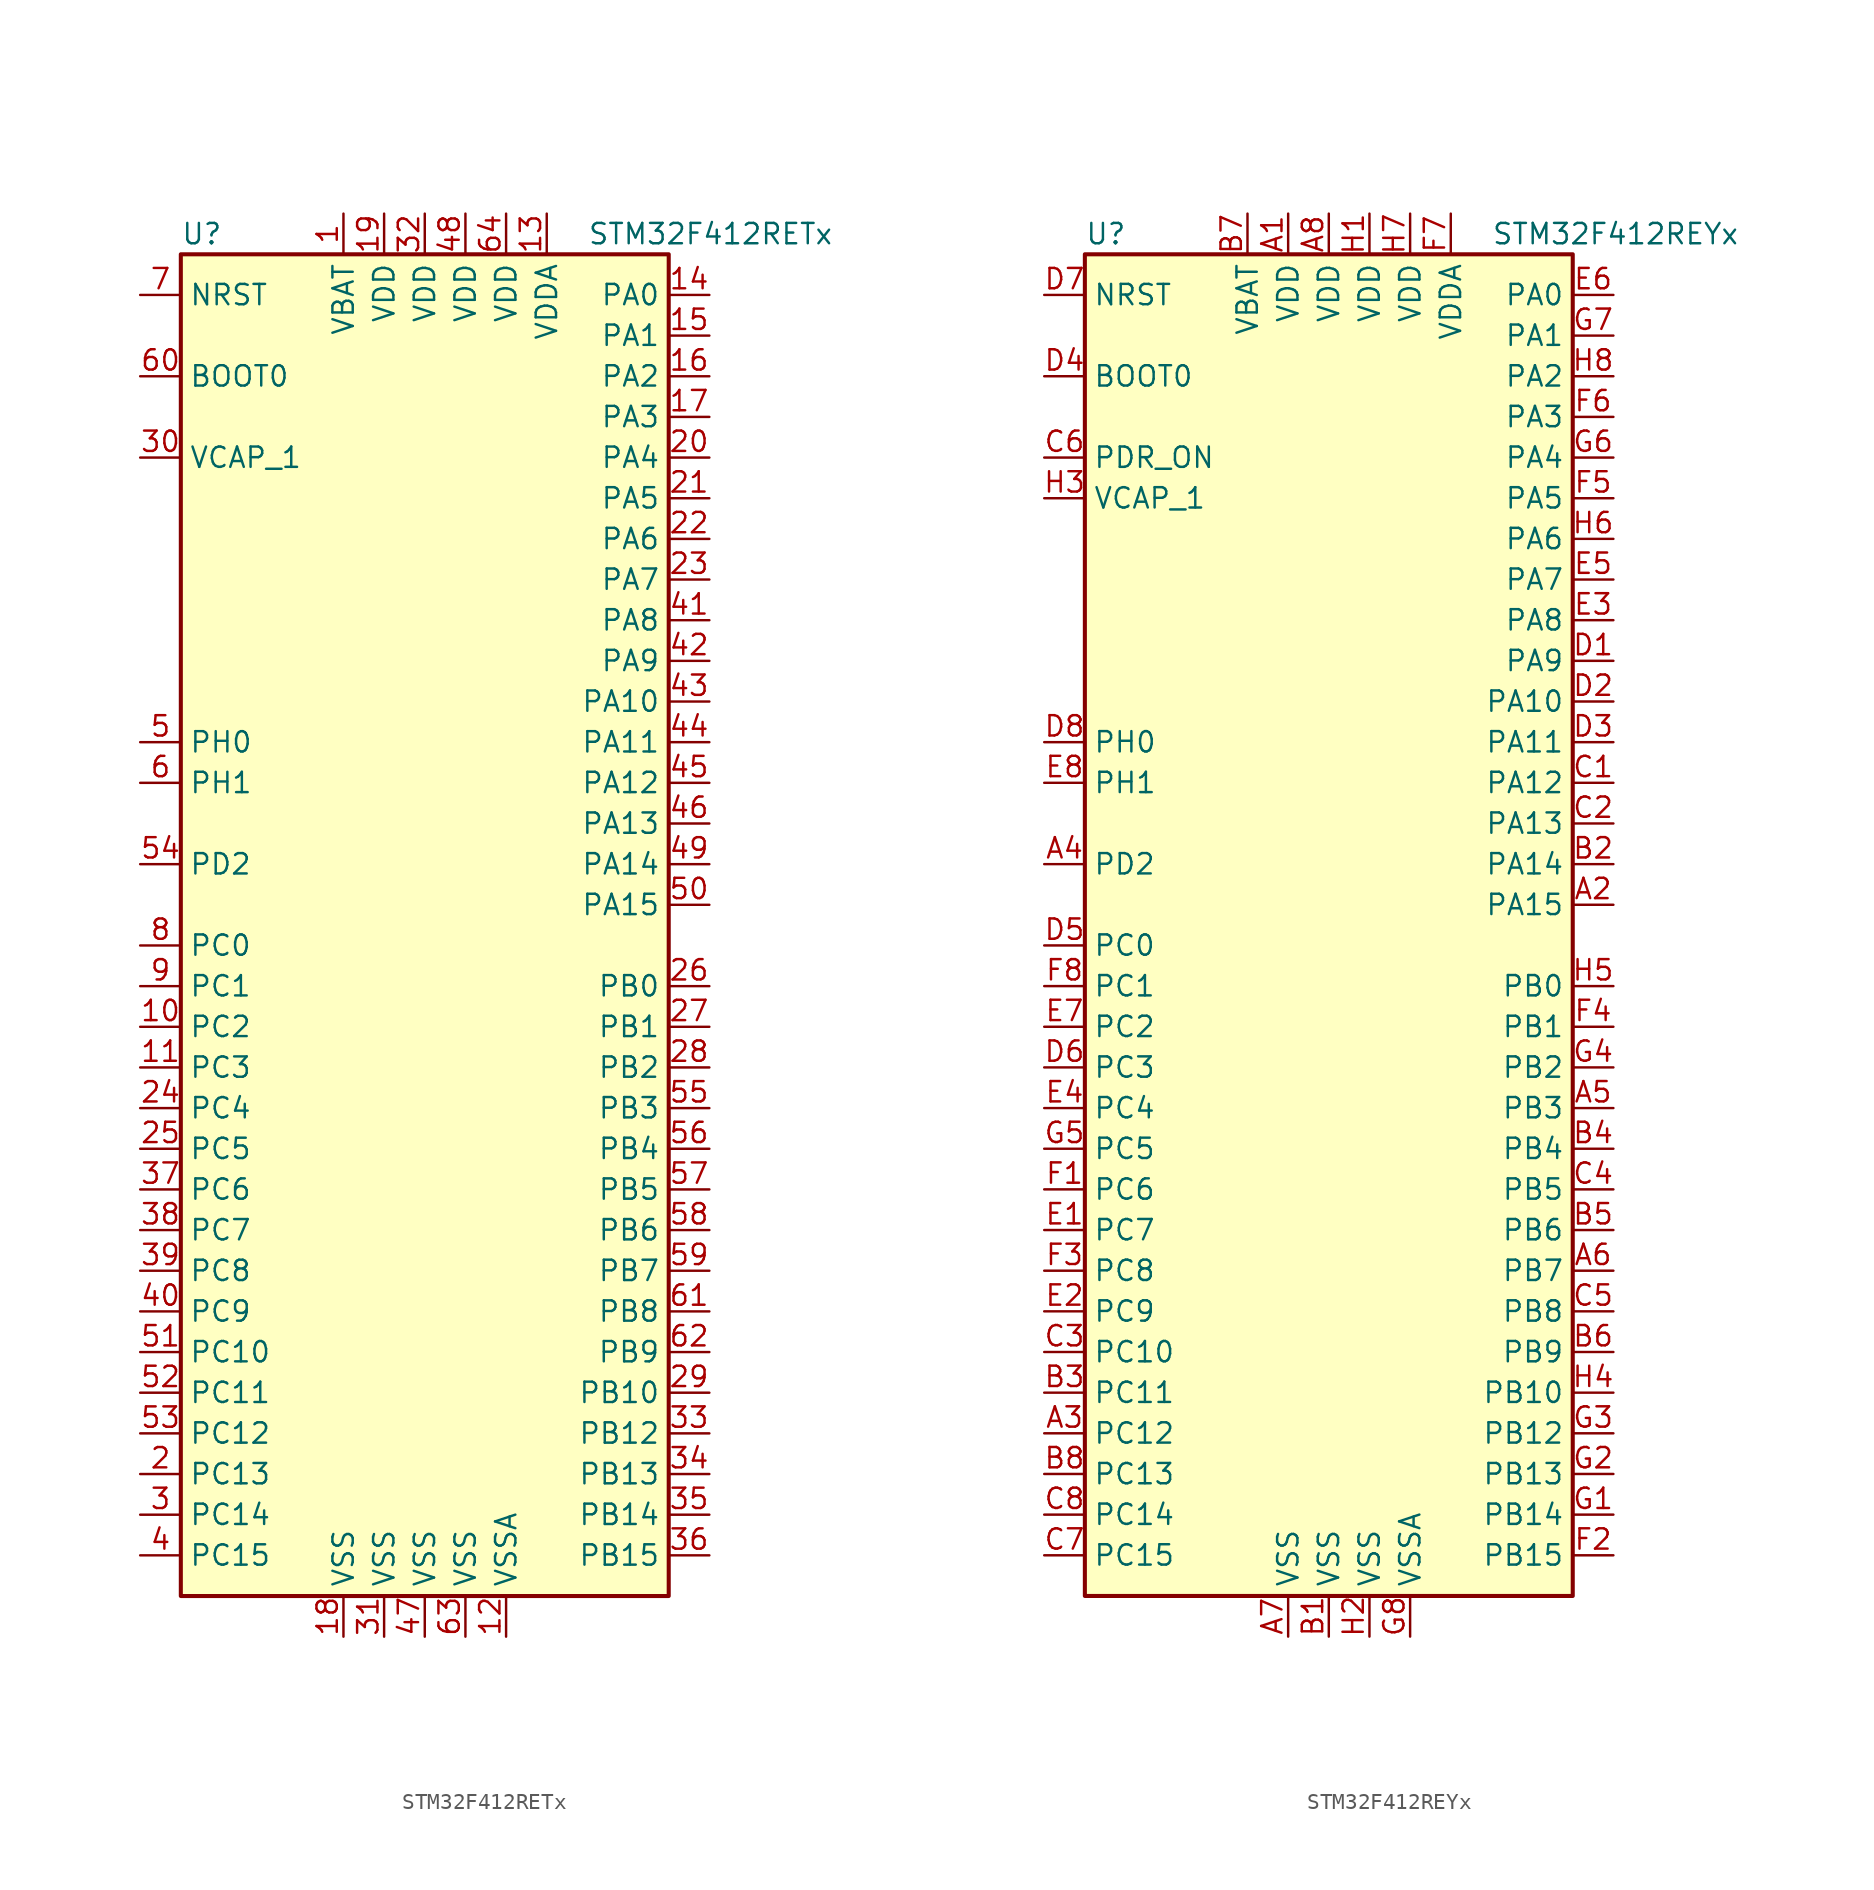
<source format=kicad_sym>
(kicad_symbol_lib
  (version 20201005)
  (generator kicad_symbol_editor)
  (symbol "MCU_ST_STM32F4:STM32F412RETx"
    (property "Reference" "U"
      (at -15.24 41.91 0)
      (effects (font (size 1.27 1.27)) (justify left)))
    (property "Value" "STM32F412RETx"
      (at 10.16 41.91 0)
      (effects (font (size 1.27 1.27)) (justify left)))
    (symbol "STM32F412RETx_0_1"
      (rectangle (start -15.24 -43.18) (end 15.24 40.64) (stroke (width 0.254)) (fill (type background))))
    (symbol "STM32F412RETx_1_1"
      (pin input line (at -17.78 33.02 0) (length 2.54) (name "BOOT0" (effects (font (size 1.27 1.27)))) (number "60" (effects (font (size 1.27 1.27)))))
      (pin input line (at -17.78 38.1 0) (length 2.54) (name "NRST" (effects (font (size 1.27 1.27)))) (number "7" (effects (font (size 1.27 1.27)))))
      (pin bidirectional line (at 17.78 38.1 180) (length 2.54) (name "PA0" (effects (font (size 1.27 1.27)))) (number "14" (effects (font (size 1.27 1.27)))))
      (pin bidirectional line (at 17.78 35.56 180) (length 2.54) (name "PA1" (effects (font (size 1.27 1.27)))) (number "15" (effects (font (size 1.27 1.27)))))
      (pin bidirectional line (at 17.78 12.7 180) (length 2.54) (name "PA10" (effects (font (size 1.27 1.27)))) (number "43" (effects (font (size 1.27 1.27)))))
      (pin bidirectional line (at 17.78 10.16 180) (length 2.54) (name "PA11" (effects (font (size 1.27 1.27)))) (number "44" (effects (font (size 1.27 1.27)))))
      (pin bidirectional line (at 17.78 7.62 180) (length 2.54) (name "PA12" (effects (font (size 1.27 1.27)))) (number "45" (effects (font (size 1.27 1.27)))))
      (pin bidirectional line (at 17.78 5.08 180) (length 2.54) (name "PA13" (effects (font (size 1.27 1.27)))) (number "46" (effects (font (size 1.27 1.27)))))
      (pin bidirectional line (at 17.78 2.54 180) (length 2.54) (name "PA14" (effects (font (size 1.27 1.27)))) (number "49" (effects (font (size 1.27 1.27)))))
      (pin bidirectional line (at 17.78 0 180) (length 2.54) (name "PA15" (effects (font (size 1.27 1.27)))) (number "50" (effects (font (size 1.27 1.27)))))
      (pin bidirectional line (at 17.78 33.02 180) (length 2.54) (name "PA2" (effects (font (size 1.27 1.27)))) (number "16" (effects (font (size 1.27 1.27)))))
      (pin bidirectional line (at 17.78 30.48 180) (length 2.54) (name "PA3" (effects (font (size 1.27 1.27)))) (number "17" (effects (font (size 1.27 1.27)))))
      (pin bidirectional line (at 17.78 27.94 180) (length 2.54) (name "PA4" (effects (font (size 1.27 1.27)))) (number "20" (effects (font (size 1.27 1.27)))))
      (pin bidirectional line (at 17.78 25.4 180) (length 2.54) (name "PA5" (effects (font (size 1.27 1.27)))) (number "21" (effects (font (size 1.27 1.27)))))
      (pin bidirectional line (at 17.78 22.86 180) (length 2.54) (name "PA6" (effects (font (size 1.27 1.27)))) (number "22" (effects (font (size 1.27 1.27)))))
      (pin bidirectional line (at 17.78 20.32 180) (length 2.54) (name "PA7" (effects (font (size 1.27 1.27)))) (number "23" (effects (font (size 1.27 1.27)))))
      (pin bidirectional line (at 17.78 17.78 180) (length 2.54) (name "PA8" (effects (font (size 1.27 1.27)))) (number "41" (effects (font (size 1.27 1.27)))))
      (pin bidirectional line (at 17.78 15.24 180) (length 2.54) (name "PA9" (effects (font (size 1.27 1.27)))) (number "42" (effects (font (size 1.27 1.27)))))
      (pin bidirectional line (at 17.78 -5.08 180) (length 2.54) (name "PB0" (effects (font (size 1.27 1.27)))) (number "26" (effects (font (size 1.27 1.27)))))
      (pin bidirectional line (at 17.78 -7.62 180) (length 2.54) (name "PB1" (effects (font (size 1.27 1.27)))) (number "27" (effects (font (size 1.27 1.27)))))
      (pin bidirectional line (at 17.78 -30.48 180) (length 2.54) (name "PB10" (effects (font (size 1.27 1.27)))) (number "29" (effects (font (size 1.27 1.27)))))
      (pin bidirectional line (at 17.78 -33.02 180) (length 2.54) (name "PB12" (effects (font (size 1.27 1.27)))) (number "33" (effects (font (size 1.27 1.27)))))
      (pin bidirectional line (at 17.78 -35.56 180) (length 2.54) (name "PB13" (effects (font (size 1.27 1.27)))) (number "34" (effects (font (size 1.27 1.27)))))
      (pin bidirectional line (at 17.78 -38.1 180) (length 2.54) (name "PB14" (effects (font (size 1.27 1.27)))) (number "35" (effects (font (size 1.27 1.27)))))
      (pin bidirectional line (at 17.78 -40.64 180) (length 2.54) (name "PB15" (effects (font (size 1.27 1.27)))) (number "36" (effects (font (size 1.27 1.27)))))
      (pin bidirectional line (at 17.78 -10.16 180) (length 2.54) (name "PB2" (effects (font (size 1.27 1.27)))) (number "28" (effects (font (size 1.27 1.27)))))
      (pin bidirectional line (at 17.78 -12.7 180) (length 2.54) (name "PB3" (effects (font (size 1.27 1.27)))) (number "55" (effects (font (size 1.27 1.27)))))
      (pin bidirectional line (at 17.78 -15.24 180) (length 2.54) (name "PB4" (effects (font (size 1.27 1.27)))) (number "56" (effects (font (size 1.27 1.27)))))
      (pin bidirectional line (at 17.78 -17.78 180) (length 2.54) (name "PB5" (effects (font (size 1.27 1.27)))) (number "57" (effects (font (size 1.27 1.27)))))
      (pin bidirectional line (at 17.78 -20.32 180) (length 2.54) (name "PB6" (effects (font (size 1.27 1.27)))) (number "58" (effects (font (size 1.27 1.27)))))
      (pin bidirectional line (at 17.78 -22.86 180) (length 2.54) (name "PB7" (effects (font (size 1.27 1.27)))) (number "59" (effects (font (size 1.27 1.27)))))
      (pin bidirectional line (at 17.78 -25.4 180) (length 2.54) (name "PB8" (effects (font (size 1.27 1.27)))) (number "61" (effects (font (size 1.27 1.27)))))
      (pin bidirectional line (at 17.78 -27.94 180) (length 2.54) (name "PB9" (effects (font (size 1.27 1.27)))) (number "62" (effects (font (size 1.27 1.27)))))
      (pin bidirectional line (at -17.78 -2.54 0) (length 2.54) (name "PC0" (effects (font (size 1.27 1.27)))) (number "8" (effects (font (size 1.27 1.27)))))
      (pin bidirectional line (at -17.78 -5.08 0) (length 2.54) (name "PC1" (effects (font (size 1.27 1.27)))) (number "9" (effects (font (size 1.27 1.27)))))
      (pin bidirectional line (at -17.78 -27.94 0) (length 2.54) (name "PC10" (effects (font (size 1.27 1.27)))) (number "51" (effects (font (size 1.27 1.27)))))
      (pin bidirectional line (at -17.78 -30.48 0) (length 2.54) (name "PC11" (effects (font (size 1.27 1.27)))) (number "52" (effects (font (size 1.27 1.27)))))
      (pin bidirectional line (at -17.78 -33.02 0) (length 2.54) (name "PC12" (effects (font (size 1.27 1.27)))) (number "53" (effects (font (size 1.27 1.27)))))
      (pin bidirectional line (at -17.78 -35.56 0) (length 2.54) (name "PC13" (effects (font (size 1.27 1.27)))) (number "2" (effects (font (size 1.27 1.27)))))
      (pin bidirectional line (at -17.78 -38.1 0) (length 2.54) (name "PC14" (effects (font (size 1.27 1.27)))) (number "3" (effects (font (size 1.27 1.27)))))
      (pin bidirectional line (at -17.78 -40.64 0) (length 2.54) (name "PC15" (effects (font (size 1.27 1.27)))) (number "4" (effects (font (size 1.27 1.27)))))
      (pin bidirectional line (at -17.78 -7.62 0) (length 2.54) (name "PC2" (effects (font (size 1.27 1.27)))) (number "10" (effects (font (size 1.27 1.27)))))
      (pin bidirectional line (at -17.78 -10.16 0) (length 2.54) (name "PC3" (effects (font (size 1.27 1.27)))) (number "11" (effects (font (size 1.27 1.27)))))
      (pin bidirectional line (at -17.78 -12.7 0) (length 2.54) (name "PC4" (effects (font (size 1.27 1.27)))) (number "24" (effects (font (size 1.27 1.27)))))
      (pin bidirectional line (at -17.78 -15.24 0) (length 2.54) (name "PC5" (effects (font (size 1.27 1.27)))) (number "25" (effects (font (size 1.27 1.27)))))
      (pin bidirectional line (at -17.78 -17.78 0) (length 2.54) (name "PC6" (effects (font (size 1.27 1.27)))) (number "37" (effects (font (size 1.27 1.27)))))
      (pin bidirectional line (at -17.78 -20.32 0) (length 2.54) (name "PC7" (effects (font (size 1.27 1.27)))) (number "38" (effects (font (size 1.27 1.27)))))
      (pin bidirectional line (at -17.78 -22.86 0) (length 2.54) (name "PC8" (effects (font (size 1.27 1.27)))) (number "39" (effects (font (size 1.27 1.27)))))
      (pin bidirectional line (at -17.78 -25.4 0) (length 2.54) (name "PC9" (effects (font (size 1.27 1.27)))) (number "40" (effects (font (size 1.27 1.27)))))
      (pin bidirectional line (at -17.78 2.54 0) (length 2.54) (name "PD2" (effects (font (size 1.27 1.27)))) (number "54" (effects (font (size 1.27 1.27)))))
      (pin input line (at -17.78 10.16 0) (length 2.54) (name "PH0" (effects (font (size 1.27 1.27)))) (number "5" (effects (font (size 1.27 1.27)))))
      (pin input line (at -17.78 7.62 0) (length 2.54) (name "PH1" (effects (font (size 1.27 1.27)))) (number "6" (effects (font (size 1.27 1.27)))))
      (pin power_in line (at -5.08 43.18 270) (length 2.54) (name "VBAT" (effects (font (size 1.27 1.27)))) (number "1" (effects (font (size 1.27 1.27)))))
      (pin power_in line (at -17.78 27.94 0) (length 2.54) (name "VCAP_1" (effects (font (size 1.27 1.27)))) (number "30" (effects (font (size 1.27 1.27)))))
      (pin power_in line (at -2.54 43.18 270) (length 2.54) (name "VDD" (effects (font (size 1.27 1.27)))) (number "19" (effects (font (size 1.27 1.27)))))
      (pin power_in line (at 0 43.18 270) (length 2.54) (name "VDD" (effects (font (size 1.27 1.27)))) (number "32" (effects (font (size 1.27 1.27)))))
      (pin power_in line (at 2.54 43.18 270) (length 2.54) (name "VDD" (effects (font (size 1.27 1.27)))) (number "48" (effects (font (size 1.27 1.27)))))
      (pin power_in line (at 5.08 43.18 270) (length 2.54) (name "VDD" (effects (font (size 1.27 1.27)))) (number "64" (effects (font (size 1.27 1.27)))))
      (pin power_in line (at 7.62 43.18 270) (length 2.54) (name "VDDA" (effects (font (size 1.27 1.27)))) (number "13" (effects (font (size 1.27 1.27)))))
      (pin power_in line (at -5.08 -45.72 90) (length 2.54) (name "VSS" (effects (font (size 1.27 1.27)))) (number "18" (effects (font (size 1.27 1.27)))))
      (pin power_in line (at -2.54 -45.72 90) (length 2.54) (name "VSS" (effects (font (size 1.27 1.27)))) (number "31" (effects (font (size 1.27 1.27)))))
      (pin power_in line (at 0 -45.72 90) (length 2.54) (name "VSS" (effects (font (size 1.27 1.27)))) (number "47" (effects (font (size 1.27 1.27)))))
      (pin power_in line (at 2.54 -45.72 90) (length 2.54) (name "VSS" (effects (font (size 1.27 1.27)))) (number "63" (effects (font (size 1.27 1.27)))))
      (pin power_in line (at 5.08 -45.72 90) (length 2.54) (name "VSSA" (effects (font (size 1.27 1.27)))) (number "12" (effects (font (size 1.27 1.27)))))))
  (symbol "MCU_ST_STM32F4:STM32F412REYx"
    (property "Reference" "U"
      (at -15.24 41.91 0)
      (effects (font (size 1.27 1.27)) (justify left)))
    (property "Value" "STM32F412REYx"
      (at 10.16 41.91 0)
      (effects (font (size 1.27 1.27)) (justify left)))
    (symbol "STM32F412REYx_0_1"
      (rectangle (start -15.24 -43.18) (end 15.24 40.64) (stroke (width 0.254)) (fill (type background))))
    (symbol "STM32F412REYx_1_1"
      (pin input line (at -17.78 33.02 0) (length 2.54) (name "BOOT0" (effects (font (size 1.27 1.27)))) (number "D4" (effects (font (size 1.27 1.27)))))
      (pin input line (at -17.78 38.1 0) (length 2.54) (name "NRST" (effects (font (size 1.27 1.27)))) (number "D7" (effects (font (size 1.27 1.27)))))
      (pin bidirectional line (at 17.78 38.1 180) (length 2.54) (name "PA0" (effects (font (size 1.27 1.27)))) (number "E6" (effects (font (size 1.27 1.27)))))
      (pin bidirectional line (at 17.78 35.56 180) (length 2.54) (name "PA1" (effects (font (size 1.27 1.27)))) (number "G7" (effects (font (size 1.27 1.27)))))
      (pin bidirectional line (at 17.78 12.7 180) (length 2.54) (name "PA10" (effects (font (size 1.27 1.27)))) (number "D2" (effects (font (size 1.27 1.27)))))
      (pin bidirectional line (at 17.78 10.16 180) (length 2.54) (name "PA11" (effects (font (size 1.27 1.27)))) (number "D3" (effects (font (size 1.27 1.27)))))
      (pin bidirectional line (at 17.78 7.62 180) (length 2.54) (name "PA12" (effects (font (size 1.27 1.27)))) (number "C1" (effects (font (size 1.27 1.27)))))
      (pin bidirectional line (at 17.78 5.08 180) (length 2.54) (name "PA13" (effects (font (size 1.27 1.27)))) (number "C2" (effects (font (size 1.27 1.27)))))
      (pin bidirectional line (at 17.78 2.54 180) (length 2.54) (name "PA14" (effects (font (size 1.27 1.27)))) (number "B2" (effects (font (size 1.27 1.27)))))
      (pin bidirectional line (at 17.78 0 180) (length 2.54) (name "PA15" (effects (font (size 1.27 1.27)))) (number "A2" (effects (font (size 1.27 1.27)))))
      (pin bidirectional line (at 17.78 33.02 180) (length 2.54) (name "PA2" (effects (font (size 1.27 1.27)))) (number "H8" (effects (font (size 1.27 1.27)))))
      (pin bidirectional line (at 17.78 30.48 180) (length 2.54) (name "PA3" (effects (font (size 1.27 1.27)))) (number "F6" (effects (font (size 1.27 1.27)))))
      (pin bidirectional line (at 17.78 27.94 180) (length 2.54) (name "PA4" (effects (font (size 1.27 1.27)))) (number "G6" (effects (font (size 1.27 1.27)))))
      (pin bidirectional line (at 17.78 25.4 180) (length 2.54) (name "PA5" (effects (font (size 1.27 1.27)))) (number "F5" (effects (font (size 1.27 1.27)))))
      (pin bidirectional line (at 17.78 22.86 180) (length 2.54) (name "PA6" (effects (font (size 1.27 1.27)))) (number "H6" (effects (font (size 1.27 1.27)))))
      (pin bidirectional line (at 17.78 20.32 180) (length 2.54) (name "PA7" (effects (font (size 1.27 1.27)))) (number "E5" (effects (font (size 1.27 1.27)))))
      (pin bidirectional line (at 17.78 17.78 180) (length 2.54) (name "PA8" (effects (font (size 1.27 1.27)))) (number "E3" (effects (font (size 1.27 1.27)))))
      (pin bidirectional line (at 17.78 15.24 180) (length 2.54) (name "PA9" (effects (font (size 1.27 1.27)))) (number "D1" (effects (font (size 1.27 1.27)))))
      (pin bidirectional line (at 17.78 -5.08 180) (length 2.54) (name "PB0" (effects (font (size 1.27 1.27)))) (number "H5" (effects (font (size 1.27 1.27)))))
      (pin bidirectional line (at 17.78 -7.62 180) (length 2.54) (name "PB1" (effects (font (size 1.27 1.27)))) (number "F4" (effects (font (size 1.27 1.27)))))
      (pin bidirectional line (at 17.78 -30.48 180) (length 2.54) (name "PB10" (effects (font (size 1.27 1.27)))) (number "H4" (effects (font (size 1.27 1.27)))))
      (pin bidirectional line (at 17.78 -33.02 180) (length 2.54) (name "PB12" (effects (font (size 1.27 1.27)))) (number "G3" (effects (font (size 1.27 1.27)))))
      (pin bidirectional line (at 17.78 -35.56 180) (length 2.54) (name "PB13" (effects (font (size 1.27 1.27)))) (number "G2" (effects (font (size 1.27 1.27)))))
      (pin bidirectional line (at 17.78 -38.1 180) (length 2.54) (name "PB14" (effects (font (size 1.27 1.27)))) (number "G1" (effects (font (size 1.27 1.27)))))
      (pin bidirectional line (at 17.78 -40.64 180) (length 2.54) (name "PB15" (effects (font (size 1.27 1.27)))) (number "F2" (effects (font (size 1.27 1.27)))))
      (pin bidirectional line (at 17.78 -10.16 180) (length 2.54) (name "PB2" (effects (font (size 1.27 1.27)))) (number "G4" (effects (font (size 1.27 1.27)))))
      (pin bidirectional line (at 17.78 -12.7 180) (length 2.54) (name "PB3" (effects (font (size 1.27 1.27)))) (number "A5" (effects (font (size 1.27 1.27)))))
      (pin bidirectional line (at 17.78 -15.24 180) (length 2.54) (name "PB4" (effects (font (size 1.27 1.27)))) (number "B4" (effects (font (size 1.27 1.27)))))
      (pin bidirectional line (at 17.78 -17.78 180) (length 2.54) (name "PB5" (effects (font (size 1.27 1.27)))) (number "C4" (effects (font (size 1.27 1.27)))))
      (pin bidirectional line (at 17.78 -20.32 180) (length 2.54) (name "PB6" (effects (font (size 1.27 1.27)))) (number "B5" (effects (font (size 1.27 1.27)))))
      (pin bidirectional line (at 17.78 -22.86 180) (length 2.54) (name "PB7" (effects (font (size 1.27 1.27)))) (number "A6" (effects (font (size 1.27 1.27)))))
      (pin bidirectional line (at 17.78 -25.4 180) (length 2.54) (name "PB8" (effects (font (size 1.27 1.27)))) (number "C5" (effects (font (size 1.27 1.27)))))
      (pin bidirectional line (at 17.78 -27.94 180) (length 2.54) (name "PB9" (effects (font (size 1.27 1.27)))) (number "B6" (effects (font (size 1.27 1.27)))))
      (pin bidirectional line (at -17.78 -2.54 0) (length 2.54) (name "PC0" (effects (font (size 1.27 1.27)))) (number "D5" (effects (font (size 1.27 1.27)))))
      (pin bidirectional line (at -17.78 -5.08 0) (length 2.54) (name "PC1" (effects (font (size 1.27 1.27)))) (number "F8" (effects (font (size 1.27 1.27)))))
      (pin bidirectional line (at -17.78 -27.94 0) (length 2.54) (name "PC10" (effects (font (size 1.27 1.27)))) (number "C3" (effects (font (size 1.27 1.27)))))
      (pin bidirectional line (at -17.78 -30.48 0) (length 2.54) (name "PC11" (effects (font (size 1.27 1.27)))) (number "B3" (effects (font (size 1.27 1.27)))))
      (pin bidirectional line (at -17.78 -33.02 0) (length 2.54) (name "PC12" (effects (font (size 1.27 1.27)))) (number "A3" (effects (font (size 1.27 1.27)))))
      (pin bidirectional line (at -17.78 -35.56 0) (length 2.54) (name "PC13" (effects (font (size 1.27 1.27)))) (number "B8" (effects (font (size 1.27 1.27)))))
      (pin bidirectional line (at -17.78 -38.1 0) (length 2.54) (name "PC14" (effects (font (size 1.27 1.27)))) (number "C8" (effects (font (size 1.27 1.27)))))
      (pin bidirectional line (at -17.78 -40.64 0) (length 2.54) (name "PC15" (effects (font (size 1.27 1.27)))) (number "C7" (effects (font (size 1.27 1.27)))))
      (pin bidirectional line (at -17.78 -7.62 0) (length 2.54) (name "PC2" (effects (font (size 1.27 1.27)))) (number "E7" (effects (font (size 1.27 1.27)))))
      (pin bidirectional line (at -17.78 -10.16 0) (length 2.54) (name "PC3" (effects (font (size 1.27 1.27)))) (number "D6" (effects (font (size 1.27 1.27)))))
      (pin bidirectional line (at -17.78 -12.7 0) (length 2.54) (name "PC4" (effects (font (size 1.27 1.27)))) (number "E4" (effects (font (size 1.27 1.27)))))
      (pin bidirectional line (at -17.78 -15.24 0) (length 2.54) (name "PC5" (effects (font (size 1.27 1.27)))) (number "G5" (effects (font (size 1.27 1.27)))))
      (pin bidirectional line (at -17.78 -17.78 0) (length 2.54) (name "PC6" (effects (font (size 1.27 1.27)))) (number "F1" (effects (font (size 1.27 1.27)))))
      (pin bidirectional line (at -17.78 -20.32 0) (length 2.54) (name "PC7" (effects (font (size 1.27 1.27)))) (number "E1" (effects (font (size 1.27 1.27)))))
      (pin bidirectional line (at -17.78 -22.86 0) (length 2.54) (name "PC8" (effects (font (size 1.27 1.27)))) (number "F3" (effects (font (size 1.27 1.27)))))
      (pin bidirectional line (at -17.78 -25.4 0) (length 2.54) (name "PC9" (effects (font (size 1.27 1.27)))) (number "E2" (effects (font (size 1.27 1.27)))))
      (pin bidirectional line (at -17.78 2.54 0) (length 2.54) (name "PD2" (effects (font (size 1.27 1.27)))) (number "A4" (effects (font (size 1.27 1.27)))))
      (pin power_in line (at -17.78 27.94 0) (length 2.54) (name "PDR_ON" (effects (font (size 1.27 1.27)))) (number "C6" (effects (font (size 1.27 1.27)))))
      (pin input line (at -17.78 10.16 0) (length 2.54) (name "PH0" (effects (font (size 1.27 1.27)))) (number "D8" (effects (font (size 1.27 1.27)))))
      (pin input line (at -17.78 7.62 0) (length 2.54) (name "PH1" (effects (font (size 1.27 1.27)))) (number "E8" (effects (font (size 1.27 1.27)))))
      (pin power_in line (at -5.08 43.18 270) (length 2.54) (name "VBAT" (effects (font (size 1.27 1.27)))) (number "B7" (effects (font (size 1.27 1.27)))))
      (pin power_in line (at -17.78 25.4 0) (length 2.54) (name "VCAP_1" (effects (font (size 1.27 1.27)))) (number "H3" (effects (font (size 1.27 1.27)))))
      (pin power_in line (at -2.54 43.18 270) (length 2.54) (name "VDD" (effects (font (size 1.27 1.27)))) (number "A1" (effects (font (size 1.27 1.27)))))
      (pin power_in line (at 0 43.18 270) (length 2.54) (name "VDD" (effects (font (size 1.27 1.27)))) (number "A8" (effects (font (size 1.27 1.27)))))
      (pin power_in line (at 2.54 43.18 270) (length 2.54) (name "VDD" (effects (font (size 1.27 1.27)))) (number "H1" (effects (font (size 1.27 1.27)))))
      (pin power_in line (at 5.08 43.18 270) (length 2.54) (name "VDD" (effects (font (size 1.27 1.27)))) (number "H7" (effects (font (size 1.27 1.27)))))
      (pin power_in line (at 7.62 43.18 270) (length 2.54) (name "VDDA" (effects (font (size 1.27 1.27)))) (number "F7" (effects (font (size 1.27 1.27)))))
      (pin power_in line (at -2.54 -45.72 90) (length 2.54) (name "VSS" (effects (font (size 1.27 1.27)))) (number "A7" (effects (font (size 1.27 1.27)))))
      (pin power_in line (at 0 -45.72 90) (length 2.54) (name "VSS" (effects (font (size 1.27 1.27)))) (number "B1" (effects (font (size 1.27 1.27)))))
      (pin power_in line (at 2.54 -45.72 90) (length 2.54) (name "VSS" (effects (font (size 1.27 1.27)))) (number "H2" (effects (font (size 1.27 1.27)))))
      (pin power_in line (at 5.08 -45.72 90) (length 2.54) (name "VSSA" (effects (font (size 1.27 1.27)))) (number "G8" (effects (font (size 1.27 1.27))))))))
</source>
